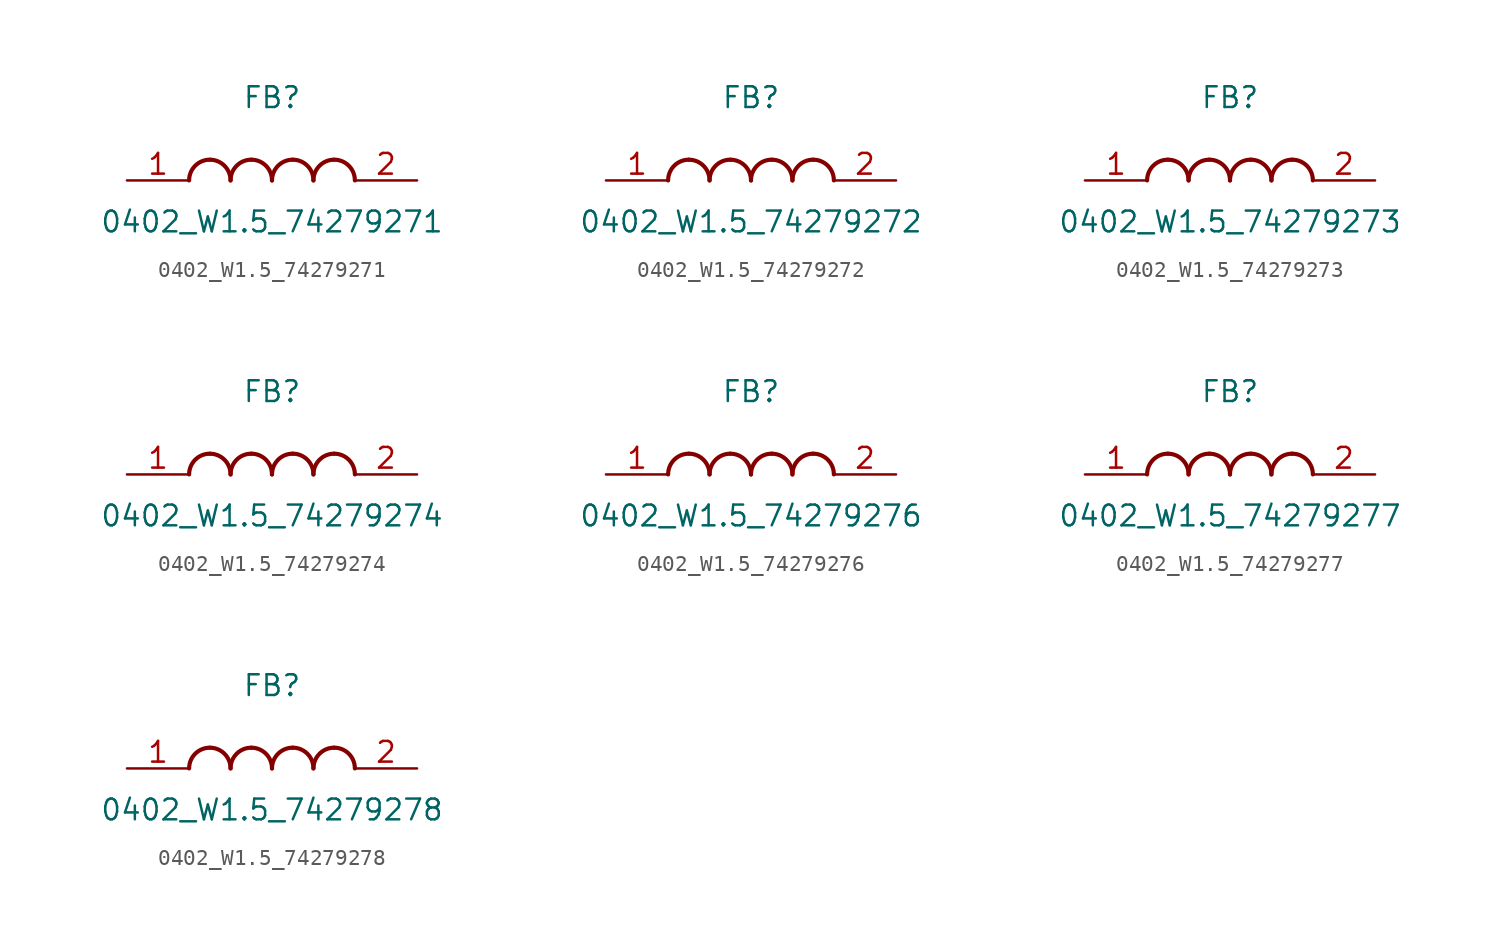
<source format=kicad_sym>
(kicad_symbol_lib
  (version 20211014)
  (generator kicad_symbol_editor)
  (symbol "Ferrite_Wurth_WE-CBF:0402_W1.5_74279271"
    (pin_names hide)
    (property "Reference" "FB"
      (at 0 5.08 0)
      (effects (font (size 1.27 1.27))))
    (property "Value" "0402_W1.5_74279271"
      (at 0 -2.54 0)
      (effects (font (size 1.27 1.27))))
    (symbol "0402_W1.5_74279271_0_1"
      (arc (start -3.81 1.27) (mid -4.708 0.898) (end -5.08 0) (stroke (width 0.254) (type default)) (fill (type none)))
      (arc (start -2.54 0) (mid -2.912 0.898) (end -3.81 1.27) (stroke (width 0.254) (type default)) (fill (type none)))
      (arc (start -1.2699 1.2701) (mid -2.1679 0.8981) (end -2.5399 0.0001) (stroke (width 0.254) (type default)) (fill (type none)))
      (arc (start 0.0001 0.0001) (mid -0.3719 0.8981) (end -1.2699 1.2701) (stroke (width 0.254) (type default)) (fill (type none)))
      (arc (start 1.2701 1.2701) (mid 0.3721 0.8981) (end 0.0001 0.0001) (stroke (width 0.254) (type default)) (fill (type none)))
      (arc (start 2.5401 0.0001) (mid 2.1681 0.8981) (end 1.2701 1.2701) (stroke (width 0.254) (type default)) (fill (type none)))
      (arc (start 3.8101 1.2701) (mid 2.9121 0.8981) (end 2.5401 0.0001) (stroke (width 0.254) (type default)) (fill (type none)))
      (arc (start 5.0801 0.0001) (mid 4.7081 0.8981) (end 3.8101 1.2701) (stroke (width 0.254) (type default)) (fill (type none))))
    (symbol "0402_W1.5_74279271_1_1"
      (pin passive line (at -8.89 0 0) (length 3.81) (name "1" (effects (font (size 1.27 1.27)))) (number "1" (effects (font (size 1.27 1.27)))))
      (pin passive line (at 8.89 0 180) (length 3.81) (name "2" (effects (font (size 1.27 1.27)))) (number "2" (effects (font (size 1.27 1.27)))))))
  (symbol "Ferrite_Wurth_WE-CBF:0402_W1.5_74279272"
    (pin_names hide)
    (property "Reference" "FB"
      (at 0 5.08 0)
      (effects (font (size 1.27 1.27))))
    (property "Value" "0402_W1.5_74279272"
      (at 0 -2.54 0)
      (effects (font (size 1.27 1.27))))
    (symbol "0402_W1.5_74279272_0_1"
      (arc (start -3.81 1.27) (mid -4.708 0.898) (end -5.08 0) (stroke (width 0.254) (type default)) (fill (type none)))
      (arc (start -2.54 0) (mid -2.912 0.898) (end -3.81 1.27) (stroke (width 0.254) (type default)) (fill (type none)))
      (arc (start -1.2699 1.2701) (mid -2.1679 0.8981) (end -2.5399 0.0001) (stroke (width 0.254) (type default)) (fill (type none)))
      (arc (start 0.0001 0.0001) (mid -0.3719 0.8981) (end -1.2699 1.2701) (stroke (width 0.254) (type default)) (fill (type none)))
      (arc (start 1.2701 1.2701) (mid 0.3721 0.8981) (end 0.0001 0.0001) (stroke (width 0.254) (type default)) (fill (type none)))
      (arc (start 2.5401 0.0001) (mid 2.1681 0.8981) (end 1.2701 1.2701) (stroke (width 0.254) (type default)) (fill (type none)))
      (arc (start 3.8101 1.2701) (mid 2.9121 0.8981) (end 2.5401 0.0001) (stroke (width 0.254) (type default)) (fill (type none)))
      (arc (start 5.0801 0.0001) (mid 4.7081 0.8981) (end 3.8101 1.2701) (stroke (width 0.254) (type default)) (fill (type none))))
    (symbol "0402_W1.5_74279272_1_1"
      (pin passive line (at -8.89 0 0) (length 3.81) (name "1" (effects (font (size 1.27 1.27)))) (number "1" (effects (font (size 1.27 1.27)))))
      (pin passive line (at 8.89 0 180) (length 3.81) (name "2" (effects (font (size 1.27 1.27)))) (number "2" (effects (font (size 1.27 1.27)))))))
  (symbol "Ferrite_Wurth_WE-CBF:0402_W1.5_74279273"
    (pin_names hide)
    (property "Reference" "FB"
      (at 0 5.08 0)
      (effects (font (size 1.27 1.27))))
    (property "Value" "0402_W1.5_74279273"
      (at 0 -2.54 0)
      (effects (font (size 1.27 1.27))))
    (symbol "0402_W1.5_74279273_0_1"
      (arc (start -3.81 1.27) (mid -4.708 0.898) (end -5.08 0) (stroke (width 0.254) (type default)) (fill (type none)))
      (arc (start -2.54 0) (mid -2.912 0.898) (end -3.81 1.27) (stroke (width 0.254) (type default)) (fill (type none)))
      (arc (start -1.2699 1.2701) (mid -2.1679 0.8981) (end -2.5399 0.0001) (stroke (width 0.254) (type default)) (fill (type none)))
      (arc (start 0.0001 0.0001) (mid -0.3719 0.8981) (end -1.2699 1.2701) (stroke (width 0.254) (type default)) (fill (type none)))
      (arc (start 1.2701 1.2701) (mid 0.3721 0.8981) (end 0.0001 0.0001) (stroke (width 0.254) (type default)) (fill (type none)))
      (arc (start 2.5401 0.0001) (mid 2.1681 0.8981) (end 1.2701 1.2701) (stroke (width 0.254) (type default)) (fill (type none)))
      (arc (start 3.8101 1.2701) (mid 2.9121 0.8981) (end 2.5401 0.0001) (stroke (width 0.254) (type default)) (fill (type none)))
      (arc (start 5.0801 0.0001) (mid 4.7081 0.8981) (end 3.8101 1.2701) (stroke (width 0.254) (type default)) (fill (type none))))
    (symbol "0402_W1.5_74279273_1_1"
      (pin passive line (at -8.89 0 0) (length 3.81) (name "1" (effects (font (size 1.27 1.27)))) (number "1" (effects (font (size 1.27 1.27)))))
      (pin passive line (at 8.89 0 180) (length 3.81) (name "2" (effects (font (size 1.27 1.27)))) (number "2" (effects (font (size 1.27 1.27)))))))
  (symbol "Ferrite_Wurth_WE-CBF:0402_W1.5_74279274"
    (pin_names hide)
    (property "Reference" "FB"
      (at 0 5.08 0)
      (effects (font (size 1.27 1.27))))
    (property "Value" "0402_W1.5_74279274"
      (at 0 -2.54 0)
      (effects (font (size 1.27 1.27))))
    (symbol "0402_W1.5_74279274_0_1"
      (arc (start -3.81 1.27) (mid -4.708 0.898) (end -5.08 0) (stroke (width 0.254) (type default)) (fill (type none)))
      (arc (start -2.54 0) (mid -2.912 0.898) (end -3.81 1.27) (stroke (width 0.254) (type default)) (fill (type none)))
      (arc (start -1.2699 1.2701) (mid -2.1679 0.8981) (end -2.5399 0.0001) (stroke (width 0.254) (type default)) (fill (type none)))
      (arc (start 0.0001 0.0001) (mid -0.3719 0.8981) (end -1.2699 1.2701) (stroke (width 0.254) (type default)) (fill (type none)))
      (arc (start 1.2701 1.2701) (mid 0.3721 0.8981) (end 0.0001 0.0001) (stroke (width 0.254) (type default)) (fill (type none)))
      (arc (start 2.5401 0.0001) (mid 2.1681 0.8981) (end 1.2701 1.2701) (stroke (width 0.254) (type default)) (fill (type none)))
      (arc (start 3.8101 1.2701) (mid 2.9121 0.8981) (end 2.5401 0.0001) (stroke (width 0.254) (type default)) (fill (type none)))
      (arc (start 5.0801 0.0001) (mid 4.7081 0.8981) (end 3.8101 1.2701) (stroke (width 0.254) (type default)) (fill (type none))))
    (symbol "0402_W1.5_74279274_1_1"
      (pin passive line (at -8.89 0 0) (length 3.81) (name "1" (effects (font (size 1.27 1.27)))) (number "1" (effects (font (size 1.27 1.27)))))
      (pin passive line (at 8.89 0 180) (length 3.81) (name "2" (effects (font (size 1.27 1.27)))) (number "2" (effects (font (size 1.27 1.27)))))))
  (symbol "Ferrite_Wurth_WE-CBF:0402_W1.5_74279276"
    (pin_names hide)
    (property "Reference" "FB"
      (at 0 5.08 0)
      (effects (font (size 1.27 1.27))))
    (property "Value" "0402_W1.5_74279276"
      (at 0 -2.54 0)
      (effects (font (size 1.27 1.27))))
    (symbol "0402_W1.5_74279276_0_1"
      (arc (start -3.81 1.27) (mid -4.708 0.898) (end -5.08 0) (stroke (width 0.254) (type default)) (fill (type none)))
      (arc (start -2.54 0) (mid -2.912 0.898) (end -3.81 1.27) (stroke (width 0.254) (type default)) (fill (type none)))
      (arc (start -1.2699 1.2701) (mid -2.1679 0.8981) (end -2.5399 0.0001) (stroke (width 0.254) (type default)) (fill (type none)))
      (arc (start 0.0001 0.0001) (mid -0.3719 0.8981) (end -1.2699 1.2701) (stroke (width 0.254) (type default)) (fill (type none)))
      (arc (start 1.2701 1.2701) (mid 0.3721 0.8981) (end 0.0001 0.0001) (stroke (width 0.254) (type default)) (fill (type none)))
      (arc (start 2.5401 0.0001) (mid 2.1681 0.8981) (end 1.2701 1.2701) (stroke (width 0.254) (type default)) (fill (type none)))
      (arc (start 3.8101 1.2701) (mid 2.9121 0.8981) (end 2.5401 0.0001) (stroke (width 0.254) (type default)) (fill (type none)))
      (arc (start 5.0801 0.0001) (mid 4.7081 0.8981) (end 3.8101 1.2701) (stroke (width 0.254) (type default)) (fill (type none))))
    (symbol "0402_W1.5_74279276_1_1"
      (pin passive line (at -8.89 0 0) (length 3.81) (name "1" (effects (font (size 1.27 1.27)))) (number "1" (effects (font (size 1.27 1.27)))))
      (pin passive line (at 8.89 0 180) (length 3.81) (name "2" (effects (font (size 1.27 1.27)))) (number "2" (effects (font (size 1.27 1.27)))))))
  (symbol "Ferrite_Wurth_WE-CBF:0402_W1.5_74279277"
    (pin_names hide)
    (property "Reference" "FB"
      (at 0 5.08 0)
      (effects (font (size 1.27 1.27))))
    (property "Value" "0402_W1.5_74279277"
      (at 0 -2.54 0)
      (effects (font (size 1.27 1.27))))
    (symbol "0402_W1.5_74279277_0_1"
      (arc (start -3.81 1.27) (mid -4.708 0.898) (end -5.08 0) (stroke (width 0.254) (type default)) (fill (type none)))
      (arc (start -2.54 0) (mid -2.912 0.898) (end -3.81 1.27) (stroke (width 0.254) (type default)) (fill (type none)))
      (arc (start -1.2699 1.2701) (mid -2.1679 0.8981) (end -2.5399 0.0001) (stroke (width 0.254) (type default)) (fill (type none)))
      (arc (start 0.0001 0.0001) (mid -0.3719 0.8981) (end -1.2699 1.2701) (stroke (width 0.254) (type default)) (fill (type none)))
      (arc (start 1.2701 1.2701) (mid 0.3721 0.8981) (end 0.0001 0.0001) (stroke (width 0.254) (type default)) (fill (type none)))
      (arc (start 2.5401 0.0001) (mid 2.1681 0.8981) (end 1.2701 1.2701) (stroke (width 0.254) (type default)) (fill (type none)))
      (arc (start 3.8101 1.2701) (mid 2.9121 0.8981) (end 2.5401 0.0001) (stroke (width 0.254) (type default)) (fill (type none)))
      (arc (start 5.0801 0.0001) (mid 4.7081 0.8981) (end 3.8101 1.2701) (stroke (width 0.254) (type default)) (fill (type none))))
    (symbol "0402_W1.5_74279277_1_1"
      (pin passive line (at -8.89 0 0) (length 3.81) (name "1" (effects (font (size 1.27 1.27)))) (number "1" (effects (font (size 1.27 1.27)))))
      (pin passive line (at 8.89 0 180) (length 3.81) (name "2" (effects (font (size 1.27 1.27)))) (number "2" (effects (font (size 1.27 1.27)))))))
  (symbol "Ferrite_Wurth_WE-CBF:0402_W1.5_74279278"
    (pin_names hide)
    (property "Reference" "FB"
      (at 0 5.08 0)
      (effects (font (size 1.27 1.27))))
    (property "Value" "0402_W1.5_74279278"
      (at 0 -2.54 0)
      (effects (font (size 1.27 1.27))))
    (symbol "0402_W1.5_74279278_0_1"
      (arc (start -3.81 1.27) (mid -4.708 0.898) (end -5.08 0) (stroke (width 0.254) (type default)) (fill (type none)))
      (arc (start -2.54 0) (mid -2.912 0.898) (end -3.81 1.27) (stroke (width 0.254) (type default)) (fill (type none)))
      (arc (start -1.2699 1.2701) (mid -2.1679 0.8981) (end -2.5399 0.0001) (stroke (width 0.254) (type default)) (fill (type none)))
      (arc (start 0.0001 0.0001) (mid -0.3719 0.8981) (end -1.2699 1.2701) (stroke (width 0.254) (type default)) (fill (type none)))
      (arc (start 1.2701 1.2701) (mid 0.3721 0.8981) (end 0.0001 0.0001) (stroke (width 0.254) (type default)) (fill (type none)))
      (arc (start 2.5401 0.0001) (mid 2.1681 0.8981) (end 1.2701 1.2701) (stroke (width 0.254) (type default)) (fill (type none)))
      (arc (start 3.8101 1.2701) (mid 2.9121 0.8981) (end 2.5401 0.0001) (stroke (width 0.254) (type default)) (fill (type none)))
      (arc (start 5.0801 0.0001) (mid 4.7081 0.8981) (end 3.8101 1.2701) (stroke (width 0.254) (type default)) (fill (type none))))
    (symbol "0402_W1.5_74279278_1_1"
      (pin passive line (at -8.89 0 0) (length 3.81) (name "1" (effects (font (size 1.27 1.27)))) (number "1" (effects (font (size 1.27 1.27)))))
      (pin passive line (at 8.89 0 180) (length 3.81) (name "2" (effects (font (size 1.27 1.27)))) (number "2" (effects (font (size 1.27 1.27))))))))
</source>
